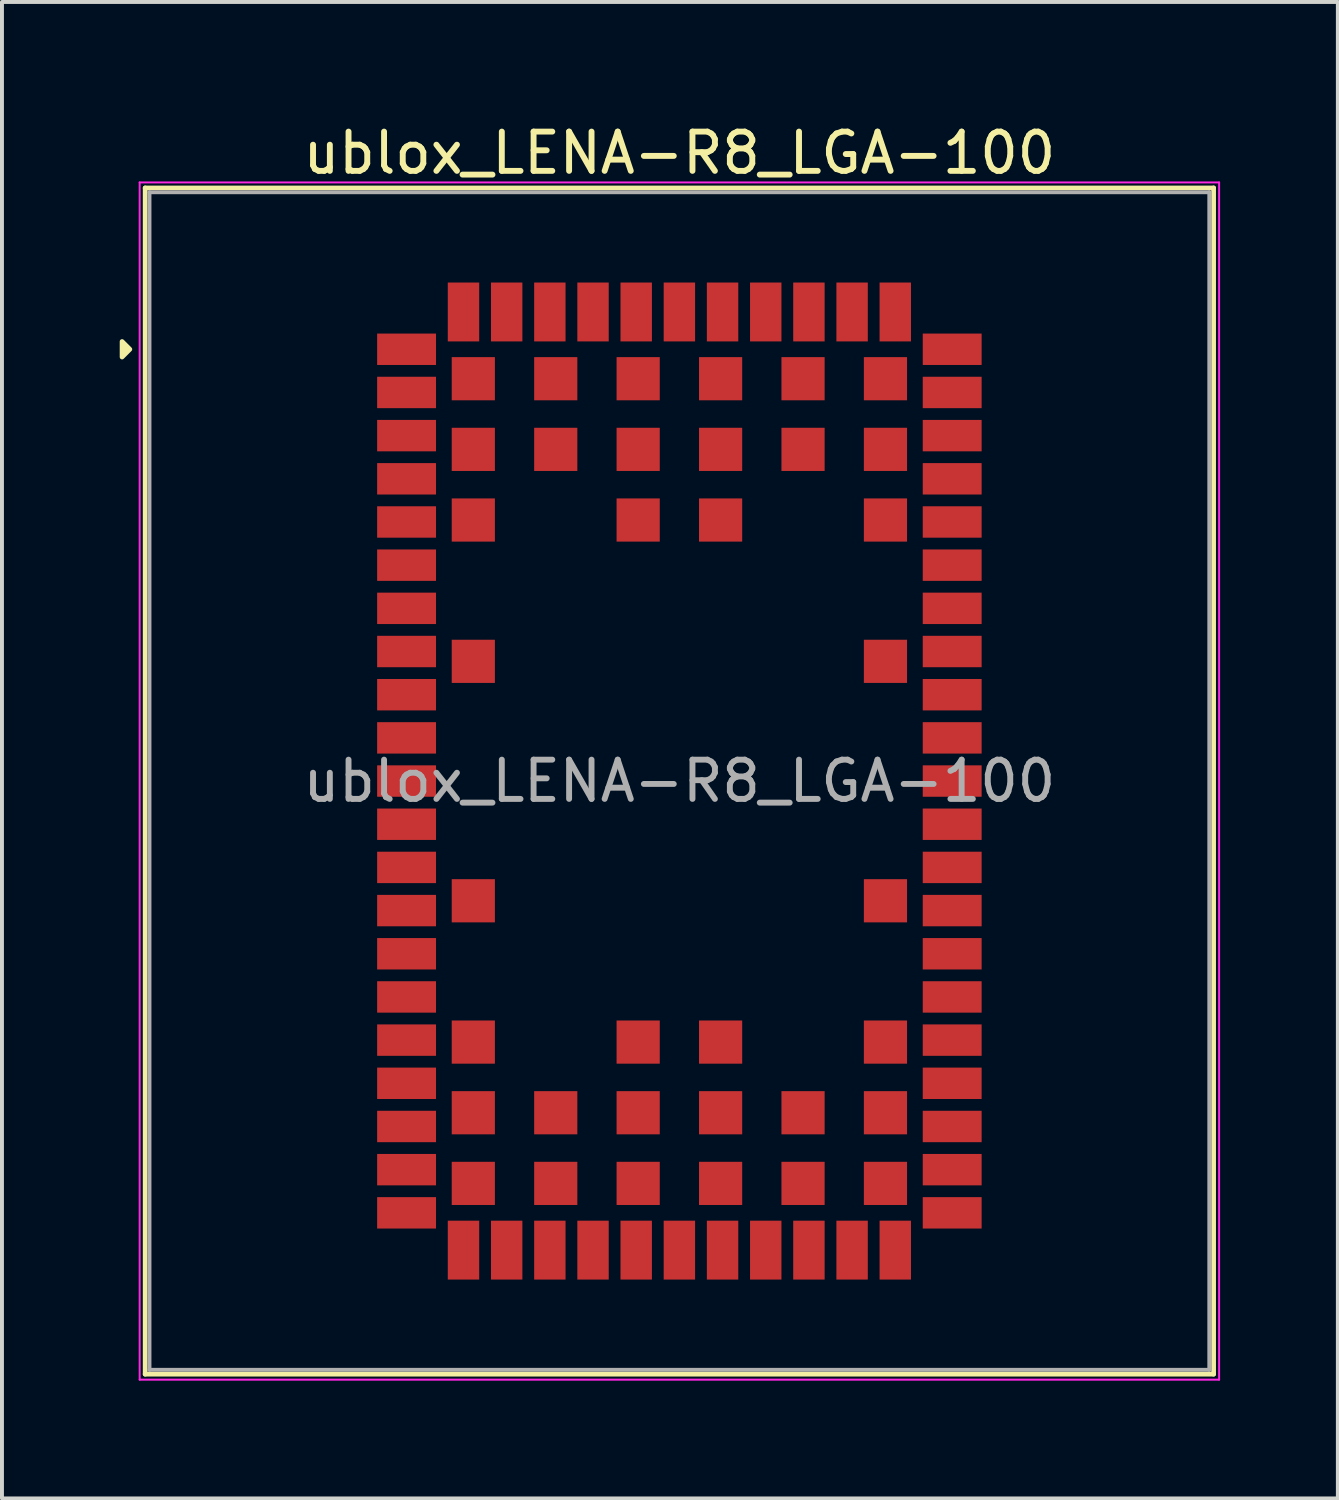
<source format=kicad_pcb>
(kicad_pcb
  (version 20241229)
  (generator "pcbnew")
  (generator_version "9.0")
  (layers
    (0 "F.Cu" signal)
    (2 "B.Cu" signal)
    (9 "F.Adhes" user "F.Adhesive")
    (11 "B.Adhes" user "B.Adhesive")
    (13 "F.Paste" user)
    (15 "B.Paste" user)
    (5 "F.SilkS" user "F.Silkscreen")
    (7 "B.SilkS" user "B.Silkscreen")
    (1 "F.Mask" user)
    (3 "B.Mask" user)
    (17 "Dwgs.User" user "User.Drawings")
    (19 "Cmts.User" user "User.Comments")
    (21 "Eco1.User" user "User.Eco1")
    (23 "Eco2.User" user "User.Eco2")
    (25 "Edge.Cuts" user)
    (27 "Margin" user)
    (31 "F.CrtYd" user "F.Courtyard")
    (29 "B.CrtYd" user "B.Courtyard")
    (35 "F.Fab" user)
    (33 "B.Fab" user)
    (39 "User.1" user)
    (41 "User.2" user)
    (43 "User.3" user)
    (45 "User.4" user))
  (footprint "ublox_LENA-R8_LGA-100"
    (layer "F.Cu")
    (at 14.258 16.848)
    (property "Reference" "ublox_LENA-R8_LGA-100" (at 0 -16 0) (layer "F.SilkS") (effects (font (size 1 1) (thickness 0.15))))
    (attr smd)
    (fp_line (start -13.61 -15.11) (end -13.61 15.11) (stroke (width 0.12) (type solid)) (layer "F.SilkS"))
    (fp_line (start 13.61 -15.11) (end -13.61 -15.11) (stroke (width 0.12) (type solid)) (layer "F.SilkS"))
    (fp_line (start 13.61 -15.11) (end 13.61 15.11) (stroke (width 0.12) (type solid)) (layer "F.SilkS"))
    (fp_line (start 13.61 15.11) (end -13.61 15.11) (stroke (width 0.12) (type solid)) (layer "F.SilkS"))
    (fp_poly (pts (xy -14 -11) (xy -14.198 -10.802) (xy -14.198 -11.198) (xy -14 -11)) (stroke (width 0.12) (type solid)) (fill yes) (layer "F.SilkS"))
    (fp_line (start -13.75 -15.25) (end -13.75 15.25) (stroke (width 0.05) (type solid)) (layer "F.CrtYd"))
    (fp_line (start 13.75 -15.25) (end -13.75 -15.25) (stroke (width 0.05) (type solid)) (layer "F.CrtYd"))
    (fp_line (start 13.75 -15.25) (end 13.75 15.25) (stroke (width 0.05) (type solid)) (layer "F.CrtYd"))
    (fp_line (start 13.75 15.25) (end -13.75 15.25) (stroke (width 0.05) (type solid)) (layer "F.CrtYd"))
    (fp_line (start -13.5 -15) (end -13.5 15) (stroke (width 0.1) (type solid)) (layer "F.Fab"))
    (fp_line (start 13.5 -15) (end -13.5 -15) (stroke (width 0.1) (type solid)) (layer "F.Fab"))
    (fp_line (start 13.5 -15) (end 13.5 15) (stroke (width 0.1) (type solid)) (layer "F.Fab"))
    (fp_line (start 13.5 15) (end -13.5 15) (stroke (width 0.1) (type solid)) (layer "F.Fab"))
    (fp_text user "${REFERENCE}" (at 0 0 0) (layer "F.Fab") (effects (font (size 1 1) (thickness 0.15))))
    (pad "" smd rect (at -7 -11 270) (size 0.75 1.55) (layers "F.Paste"))
    (pad "" smd rect (at -7 -9.9 270) (size 0.75 1.55) (layers "F.Paste"))
    (pad "" smd rect (at -7 -8.8 270) (size 0.75 1.55) (layers "F.Paste"))
    (pad "" smd rect (at -7 -7.7 270) (size 0.75 1.55) (layers "F.Paste"))
    (pad "" smd rect (at -7 -6.6 270) (size 0.75 1.55) (layers "F.Paste"))
    (pad "" smd rect (at -7 -5.5 270) (size 0.75 1.55) (layers "F.Paste"))
    (pad "" smd rect (at -7 -4.4 270) (size 0.75 1.55) (layers "F.Paste"))
    (pad "" smd rect (at -7 -3.3 270) (size 0.75 1.55) (layers "F.Paste"))
    (pad "" smd rect (at -7 -2.2 270) (size 0.75 1.55) (layers "F.Paste"))
    (pad "" smd rect (at -7 -1.1 270) (size 0.75 1.55) (layers "F.Paste"))
    (pad "" smd rect (at -7 0 270) (size 0.75 1.55) (layers "F.Paste"))
    (pad "" smd rect (at -7 1.1 270) (size 0.75 1.55) (layers "F.Paste"))
    (pad "" smd rect (at -7 2.2 270) (size 0.75 1.55) (layers "F.Paste"))
    (pad "" smd rect (at -7 3.3 270) (size 0.75 1.55) (layers "F.Paste"))
    (pad "" smd rect (at -7 4.4 270) (size 0.75 1.55) (layers "F.Paste"))
    (pad "" smd rect (at -7 5.5 270) (size 0.75 1.55) (layers "F.Paste"))
    (pad "" smd rect (at -7 6.6 270) (size 0.75 1.55) (layers "F.Paste"))
    (pad "" smd rect (at -7 7.7 270) (size 0.75 1.55) (layers "F.Paste"))
    (pad "" smd rect (at -7 8.8 270) (size 0.75 1.55) (layers "F.Paste"))
    (pad "" smd rect (at -7 9.9 270) (size 0.75 1.55) (layers "F.Paste"))
    (pad "" smd rect (at -7 11 270) (size 0.75 1.55) (layers "F.Paste"))
    (pad "" smd rect (at -5.5 -12) (size 0.75 1.55) (layers "F.Paste"))
    (pad "" smd rect (at -5.5 12) (size 0.75 1.55) (layers "F.Paste"))
    (pad "" smd rect (at -5.25 -10.25 180) (size 1.05 1.05) (layers "F.Paste"))
    (pad "" smd rect (at -5.25 -8.45 180) (size 1.05 1.05) (layers "F.Paste"))
    (pad "" smd rect (at -5.25 -6.65 180) (size 1.05 1.05) (layers "F.Paste"))
    (pad "" smd rect (at -5.25 -3.05 180) (size 1.05 1.05) (layers "F.Paste"))
    (pad "" smd rect (at -5.25 3.05 180) (size 1.05 1.05) (layers "F.Paste"))
    (pad "" smd rect (at -5.25 6.65 180) (size 1.05 1.05) (layers "F.Paste"))
    (pad "" smd rect (at -5.25 8.45 180) (size 1.05 1.05) (layers "F.Paste"))
    (pad "" smd rect (at -5.25 10.25 180) (size 1.05 1.05) (layers "F.Paste"))
    (pad "" smd rect (at -4.4 -12) (size 0.75 1.55) (layers "F.Paste"))
    (pad "" smd rect (at -4.4 12) (size 0.75 1.55) (layers "F.Paste"))
    (pad "" smd rect (at -3.3 -12) (size 0.75 1.55) (layers "F.Paste"))
    (pad "" smd rect (at -3.3 12) (size 0.75 1.55) (layers "F.Paste"))
    (pad "" smd rect (at -3.15 -10.25 180) (size 1.05 1.05) (layers "F.Paste"))
    (pad "" smd rect (at -3.15 -8.45 180) (size 1.05 1.05) (layers "F.Paste"))
    (pad "" smd rect (at -3.15 8.45 180) (size 1.05 1.05) (layers "F.Paste"))
    (pad "" smd rect (at -3.15 10.25 180) (size 1.05 1.05) (layers "F.Paste"))
    (pad "" smd rect (at -2.2 -12) (size 0.75 1.55) (layers "F.Paste"))
    (pad "" smd rect (at -2.2 12) (size 0.75 1.55) (layers "F.Paste"))
    (pad "" smd rect (at -1.1 -12) (size 0.75 1.55) (layers "F.Paste"))
    (pad "" smd rect (at -1.1 12) (size 0.75 1.55) (layers "F.Paste"))
    (pad "" smd rect (at -1.05 -10.25 180) (size 1.05 1.05) (layers "F.Paste"))
    (pad "" smd rect (at -1.05 -8.45 180) (size 1.05 1.05) (layers "F.Paste"))
    (pad "" smd rect (at -1.05 -6.65 180) (size 1.05 1.05) (layers "F.Paste"))
    (pad "" smd rect (at -1.05 6.65 180) (size 1.05 1.05) (layers "F.Paste"))
    (pad "" smd rect (at -1.05 8.45 180) (size 1.05 1.05) (layers "F.Paste"))
    (pad "" smd rect (at -1.05 10.25 180) (size 1.05 1.05) (layers "F.Paste"))
    (pad "" smd rect (at 0 -12) (size 0.75 1.55) (layers "F.Paste"))
    (pad "" smd rect (at 0 12) (size 0.75 1.55) (layers "F.Paste"))
    (pad "" smd rect (at 1.05 -10.25 180) (size 1.05 1.05) (layers "F.Paste"))
    (pad "" smd rect (at 1.05 -8.45 180) (size 1.05 1.05) (layers "F.Paste"))
    (pad "" smd rect (at 1.05 -6.65 180) (size 1.05 1.05) (layers "F.Paste"))
    (pad "" smd rect (at 1.05 6.65 180) (size 1.05 1.05) (layers "F.Paste"))
    (pad "" smd rect (at 1.05 8.45 180) (size 1.05 1.05) (layers "F.Paste"))
    (pad "" smd rect (at 1.05 10.25 180) (size 1.05 1.05) (layers "F.Paste"))
    (pad "" smd rect (at 1.1 -12) (size 0.75 1.55) (layers "F.Paste"))
    (pad "" smd rect (at 1.1 12) (size 0.75 1.55) (layers "F.Paste"))
    (pad "" smd rect (at 2.2 -12) (size 0.75 1.55) (layers "F.Paste"))
    (pad "" smd rect (at 2.2 12) (size 0.75 1.55) (layers "F.Paste"))
    (pad "" smd rect (at 3.15 -10.25 180) (size 1.05 1.05) (layers "F.Paste"))
    (pad "" smd rect (at 3.15 -8.45 180) (size 1.05 1.05) (layers "F.Paste"))
    (pad "" smd rect (at 3.15 8.45 180) (size 1.05 1.05) (layers "F.Paste"))
    (pad "" smd rect (at 3.15 10.25 180) (size 1.05 1.05) (layers "F.Paste"))
    (pad "" smd rect (at 3.3 -12) (size 0.75 1.55) (layers "F.Paste"))
    (pad "" smd rect (at 3.3 12) (size 0.75 1.55) (layers "F.Paste"))
    (pad "" smd rect (at 4.4 -12) (size 0.75 1.55) (layers "F.Paste"))
    (pad "" smd rect (at 4.4 12) (size 0.75 1.55) (layers "F.Paste"))
    (pad "" smd rect (at 5.25 -10.25 180) (size 1.05 1.05) (layers "F.Paste"))
    (pad "" smd rect (at 5.25 -8.45 180) (size 1.05 1.05) (layers "F.Paste"))
    (pad "" smd rect (at 5.25 -6.65 180) (size 1.05 1.05) (layers "F.Paste"))
    (pad "" smd rect (at 5.25 -3.05 180) (size 1.05 1.05) (layers "F.Paste"))
    (pad "" smd rect (at 5.25 3.05 180) (size 1.05 1.05) (layers "F.Paste"))
    (pad "" smd rect (at 5.25 6.65 180) (size 1.05 1.05) (layers "F.Paste"))
    (pad "" smd rect (at 5.25 8.45 180) (size 1.05 1.05) (layers "F.Paste"))
    (pad "" smd rect (at 5.25 10.25 180) (size 1.05 1.05) (layers "F.Paste"))
    (pad "" smd rect (at 5.5 -12) (size 0.75 1.55) (layers "F.Paste"))
    (pad "" smd rect (at 5.5 12) (size 0.75 1.55) (layers "F.Paste"))
    (pad "" smd rect (at 7 -11 270) (size 0.75 1.55) (layers "F.Paste"))
    (pad "" smd rect (at 7 -9.9 270) (size 0.75 1.55) (layers "F.Paste"))
    (pad "" smd rect (at 7 -8.8 270) (size 0.75 1.55) (layers "F.Paste"))
    (pad "" smd rect (at 7 -7.7 270) (size 0.75 1.55) (layers "F.Paste"))
    (pad "" smd rect (at 7 -6.6 270) (size 0.75 1.55) (layers "F.Paste"))
    (pad "" smd rect (at 7 -5.5 270) (size 0.75 1.55) (layers "F.Paste"))
    (pad "" smd rect (at 7 -4.4 270) (size 0.75 1.55) (layers "F.Paste"))
    (pad "" smd rect (at 7 -3.3 270) (size 0.75 1.55) (layers "F.Paste"))
    (pad "" smd rect (at 7 -2.2 270) (size 0.75 1.55) (layers "F.Paste"))
    (pad "" smd rect (at 7 -1.1 270) (size 0.75 1.55) (layers "F.Paste"))
    (pad "" smd rect (at 7 0 270) (size 0.75 1.55) (layers "F.Paste"))
    (pad "" smd rect (at 7 1.1 270) (size 0.75 1.55) (layers "F.Paste"))
    (pad "" smd rect (at 7 2.2 270) (size 0.75 1.55) (layers "F.Paste"))
    (pad "" smd rect (at 7 3.3 270) (size 0.75 1.55) (layers "F.Paste"))
    (pad "" smd rect (at 7 4.4 270) (size 0.75 1.55) (layers "F.Paste"))
    (pad "" smd rect (at 7 5.5 270) (size 0.75 1.55) (layers "F.Paste"))
    (pad "" smd rect (at 7 6.6 270) (size 0.75 1.55) (layers "F.Paste"))
    (pad "" smd rect (at 7 7.7 270) (size 0.75 1.55) (layers "F.Paste"))
    (pad "" smd rect (at 7 8.8 270) (size 0.75 1.55) (layers "F.Paste"))
    (pad "" smd rect (at 7 9.9 270) (size 0.75 1.55) (layers "F.Paste"))
    (pad "" smd rect (at 7 11 270) (size 0.75 1.55) (layers "F.Paste"))
    (pad "1" smd rect (at -6.95 -11 270) (size 0.8 1.5) (layers "F.Cu" "F.Mask"))
    (pad "2" smd rect (at -6.95 -9.9 270) (size 0.8 1.5) (layers "F.Cu" "F.Mask"))
    (pad "3" smd rect (at -6.95 -8.8 270) (size 0.8 1.5) (layers "F.Cu" "F.Mask"))
    (pad "4" smd rect (at -6.95 -7.7 270) (size 0.8 1.5) (layers "F.Cu" "F.Mask"))
    (pad "5" smd rect (at -6.95 -6.6 270) (size 0.8 1.5) (layers "F.Cu" "F.Mask"))
    (pad "6" smd rect (at -6.95 -5.5 270) (size 0.8 1.5) (layers "F.Cu" "F.Mask"))
    (pad "7" smd rect (at -6.95 -4.4 270) (size 0.8 1.5) (layers "F.Cu" "F.Mask"))
    (pad "8" smd rect (at -6.95 -3.3 270) (size 0.8 1.5) (layers "F.Cu" "F.Mask"))
    (pad "9" smd rect (at -6.95 -2.2 270) (size 0.8 1.5) (layers "F.Cu" "F.Mask"))
    (pad "10" smd rect (at -6.95 -1.1 270) (size 0.8 1.5) (layers "F.Cu" "F.Mask"))
    (pad "11" smd rect (at -6.95 0 270) (size 0.8 1.5) (layers "F.Cu" "F.Mask"))
    (pad "12" smd rect (at -6.95 1.1 270) (size 0.8 1.5) (layers "F.Cu" "F.Mask"))
    (pad "13" smd rect (at -6.95 2.2 270) (size 0.8 1.5) (layers "F.Cu" "F.Mask"))
    (pad "14" smd rect (at -6.95 3.3 270) (size 0.8 1.5) (layers "F.Cu" "F.Mask"))
    (pad "15" smd rect (at -6.95 4.4 270) (size 0.8 1.5) (layers "F.Cu" "F.Mask"))
    (pad "16" smd rect (at -6.95 5.5 270) (size 0.8 1.5) (layers "F.Cu" "F.Mask"))
    (pad "17" smd rect (at -6.95 6.6 270) (size 0.8 1.5) (layers "F.Cu" "F.Mask"))
    (pad "18" smd rect (at -6.95 7.7 270) (size 0.8 1.5) (layers "F.Cu" "F.Mask"))
    (pad "19" smd rect (at -6.95 8.8 270) (size 0.8 1.5) (layers "F.Cu" "F.Mask"))
    (pad "20" smd rect (at -6.95 9.9 270) (size 0.8 1.5) (layers "F.Cu" "F.Mask"))
    (pad "21" smd rect (at -6.95 11 270) (size 0.8 1.5) (layers "F.Cu" "F.Mask"))
    (pad "22" smd rect (at -5.5 11.95) (size 0.8 1.5) (layers "F.Cu" "F.Mask"))
    (pad "23" smd rect (at -4.4 11.95) (size 0.8 1.5) (layers "F.Cu" "F.Mask"))
    (pad "24" smd rect (at -3.3 11.95) (size 0.8 1.5) (layers "F.Cu" "F.Mask"))
    (pad "25" smd rect (at -2.2 11.95) (size 0.8 1.5) (layers "F.Cu" "F.Mask"))
    (pad "26" smd rect (at -1.1 11.95) (size 0.8 1.5) (layers "F.Cu" "F.Mask"))
    (pad "27" smd rect (at 0 11.95) (size 0.8 1.5) (layers "F.Cu" "F.Mask"))
    (pad "28" smd rect (at 1.1 11.95) (size 0.8 1.5) (layers "F.Cu" "F.Mask"))
    (pad "29" smd rect (at 2.2 11.95) (size 0.8 1.5) (layers "F.Cu" "F.Mask"))
    (pad "30" smd rect (at 3.3 11.95) (size 0.8 1.5) (layers "F.Cu" "F.Mask"))
    (pad "31" smd rect (at 4.4 11.95) (size 0.8 1.5) (layers "F.Cu" "F.Mask"))
    (pad "32" smd rect (at 5.5 11.95) (size 0.8 1.5) (layers "F.Cu" "F.Mask"))
    (pad "33" smd rect (at 6.95 11 90) (size 0.8 1.5) (layers "F.Cu" "F.Mask"))
    (pad "34" smd rect (at 6.95 9.9 90) (size 0.8 1.5) (layers "F.Cu" "F.Mask"))
    (pad "35" smd rect (at 6.95 8.8 90) (size 0.8 1.5) (layers "F.Cu" "F.Mask"))
    (pad "36" smd rect (at 6.95 7.7 90) (size 0.8 1.5) (layers "F.Cu" "F.Mask"))
    (pad "37" smd rect (at 6.95 6.6 90) (size 0.8 1.5) (layers "F.Cu" "F.Mask"))
    (pad "38" smd rect (at 6.95 5.5 90) (size 0.8 1.5) (layers "F.Cu" "F.Mask"))
    (pad "39" smd rect (at 6.95 4.4 90) (size 0.8 1.5) (layers "F.Cu" "F.Mask"))
    (pad "40" smd rect (at 6.95 3.3 90) (size 0.8 1.5) (layers "F.Cu" "F.Mask"))
    (pad "41" smd rect (at 6.95 2.2 90) (size 0.8 1.5) (layers "F.Cu" "F.Mask"))
    (pad "42" smd rect (at 6.95 1.1 90) (size 0.8 1.5) (layers "F.Cu" "F.Mask"))
    (pad "43" smd rect (at 6.95 0 90) (size 0.8 1.5) (layers "F.Cu" "F.Mask"))
    (pad "44" smd rect (at 6.95 -1.1 90) (size 0.8 1.5) (layers "F.Cu" "F.Mask"))
    (pad "45" smd rect (at 6.95 -2.2 90) (size 0.8 1.5) (layers "F.Cu" "F.Mask"))
    (pad "46" smd rect (at 6.95 -3.3 90) (size 0.8 1.5) (layers "F.Cu" "F.Mask"))
    (pad "47" smd rect (at 6.95 -4.4 90) (size 0.8 1.5) (layers "F.Cu" "F.Mask"))
    (pad "48" smd rect (at 6.95 -5.5 90) (size 0.8 1.5) (layers "F.Cu" "F.Mask"))
    (pad "49" smd rect (at 6.95 -6.6 90) (size 0.8 1.5) (layers "F.Cu" "F.Mask"))
    (pad "50" smd rect (at 6.95 -7.7 90) (size 0.8 1.5) (layers "F.Cu" "F.Mask"))
    (pad "51" smd rect (at 6.95 -8.8 90) (size 0.8 1.5) (layers "F.Cu" "F.Mask"))
    (pad "52" smd rect (at 6.95 -9.9 90) (size 0.8 1.5) (layers "F.Cu" "F.Mask"))
    (pad "53" smd rect (at 6.95 -11 90) (size 0.8 1.5) (layers "F.Cu" "F.Mask"))
    (pad "54" smd rect (at 5.5 -11.95 180) (size 0.8 1.5) (layers "F.Cu" "F.Mask"))
    (pad "55" smd rect (at 4.4 -11.95 180) (size 0.8 1.5) (layers "F.Cu" "F.Mask"))
    (pad "56" smd rect (at 3.3 -11.95 180) (size 0.8 1.5) (layers "F.Cu" "F.Mask"))
    (pad "57" smd rect (at 2.2 -11.95 180) (size 0.8 1.5) (layers "F.Cu" "F.Mask"))
    (pad "58" smd rect (at 1.1 -11.95 180) (size 0.8 1.5) (layers "F.Cu" "F.Mask"))
    (pad "59" smd rect (at 0 -11.95 180) (size 0.8 1.5) (layers "F.Cu" "F.Mask"))
    (pad "60" smd rect (at -1.1 -11.95 180) (size 0.8 1.5) (layers "F.Cu" "F.Mask"))
    (pad "61" smd rect (at -2.2 -11.95 180) (size 0.8 1.5) (layers "F.Cu" "F.Mask"))
    (pad "62" smd rect (at -3.3 -11.95 180) (size 0.8 1.5) (layers "F.Cu" "F.Mask"))
    (pad "63" smd rect (at -4.4 -11.95 180) (size 0.8 1.5) (layers "F.Cu" "F.Mask"))
    (pad "64" smd rect (at -5.5 -11.95 180) (size 0.8 1.5) (layers "F.Cu" "F.Mask"))
    (pad "65" smd rect (at -5.25 -10.25 180) (size 1.1 1.1) (layers "F.Cu" "F.Mask"))
    (pad "66" smd rect (at -3.15 -10.25 180) (size 1.1 1.1) (layers "F.Cu" "F.Mask"))
    (pad "67" smd rect (at -1.05 -10.25 180) (size 1.1 1.1) (layers "F.Cu" "F.Mask"))
    (pad "68" smd rect (at 1.05 -10.25 180) (size 1.1 1.1) (layers "F.Cu" "F.Mask"))
    (pad "69" smd rect (at 3.15 -10.25 180) (size 1.1 1.1) (layers "F.Cu" "F.Mask"))
    (pad "70" smd rect (at 5.25 -10.25 180) (size 1.1 1.1) (layers "F.Cu" "F.Mask"))
    (pad "71" smd rect (at -5.25 -8.45 180) (size 1.1 1.1) (layers "F.Cu" "F.Mask"))
    (pad "72" smd rect (at -3.15 -8.45 180) (size 1.1 1.1) (layers "F.Cu" "F.Mask"))
    (pad "73" smd rect (at -1.05 -8.45 180) (size 1.1 1.1) (layers "F.Cu" "F.Mask"))
    (pad "74" smd rect (at 1.05 -8.45 180) (size 1.1 1.1) (layers "F.Cu" "F.Mask"))
    (pad "75" smd rect (at 3.15 -8.45 180) (size 1.1 1.1) (layers "F.Cu" "F.Mask"))
    (pad "76" smd rect (at 5.25 -8.45 180) (size 1.1 1.1) (layers "F.Cu" "F.Mask"))
    (pad "77" smd rect (at -5.25 -6.65 180) (size 1.1 1.1) (layers "F.Cu" "F.Mask"))
    (pad "78" smd rect (at 5.25 -6.65 180) (size 1.1 1.1) (layers "F.Cu" "F.Mask"))
    (pad "79" smd rect (at -5.25 -3.05 180) (size 1.1 1.1) (layers "F.Cu" "F.Mask"))
    (pad "80" smd rect (at 5.25 -3.05 180) (size 1.1 1.1) (layers "F.Cu" "F.Mask"))
    (pad "81" smd rect (at -5.25 3.05 180) (size 1.1 1.1) (layers "F.Cu" "F.Mask"))
    (pad "82" smd rect (at 5.25 3.05 180) (size 1.1 1.1) (layers "F.Cu" "F.Mask"))
    (pad "83" smd rect (at -5.25 6.65 180) (size 1.1 1.1) (layers "F.Cu" "F.Mask"))
    (pad "84" smd rect (at 5.25 6.65 180) (size 1.1 1.1) (layers "F.Cu" "F.Mask"))
    (pad "85" smd rect (at -5.25 8.45 180) (size 1.1 1.1) (layers "F.Cu" "F.Mask"))
    (pad "86" smd rect (at -3.15 8.45 180) (size 1.1 1.1) (layers "F.Cu" "F.Mask"))
    (pad "87" smd rect (at -1.05 8.45 180) (size 1.1 1.1) (layers "F.Cu" "F.Mask"))
    (pad "88" smd rect (at 1.05 8.45 180) (size 1.1 1.1) (layers "F.Cu" "F.Mask"))
    (pad "89" smd rect (at 3.15 8.45 180) (size 1.1 1.1) (layers "F.Cu" "F.Mask"))
    (pad "90" smd rect (at 5.25 8.45 180) (size 1.1 1.1) (layers "F.Cu" "F.Mask"))
    (pad "91" smd rect (at -5.25 10.25 180) (size 1.1 1.1) (layers "F.Cu" "F.Mask"))
    (pad "92" smd rect (at -3.15 10.25 180) (size 1.1 1.1) (layers "F.Cu" "F.Mask"))
    (pad "93" smd rect (at -1.05 10.25 270) (size 1.1 1.1) (layers "F.Cu" "F.Mask"))
    (pad "94" smd rect (at 1.05 10.25 180) (size 1.1 1.1) (layers "F.Cu" "F.Mask"))
    (pad "95" smd rect (at 3.15 10.25 180) (size 1.1 1.1) (layers "F.Cu" "F.Mask"))
    (pad "96" smd rect (at 5.25 10.25 270) (size 1.1 1.1) (layers "F.Cu" "F.Mask"))
    (pad "97" smd rect (at -1.05 -6.65 180) (size 1.1 1.1) (layers "F.Cu" "F.Mask"))
    (pad "98" smd rect (at 1.05 -6.65 180) (size 1.1 1.1) (layers "F.Cu" "F.Mask"))
    (pad "99" smd rect (at -1.05 6.65 180) (size 1.1 1.1) (layers "F.Cu" "F.Mask"))
    (pad "100" smd rect (at 1.05 6.65 180) (size 1.1 1.1) (layers "F.Cu" "F.Mask")))
  (gr_rect
    (start -3 -3)
    (end 31.033 35.123)
    (stroke (width 0.1) (type default))
    (fill no)
    (layer "Edge.Cuts")))
</source>
